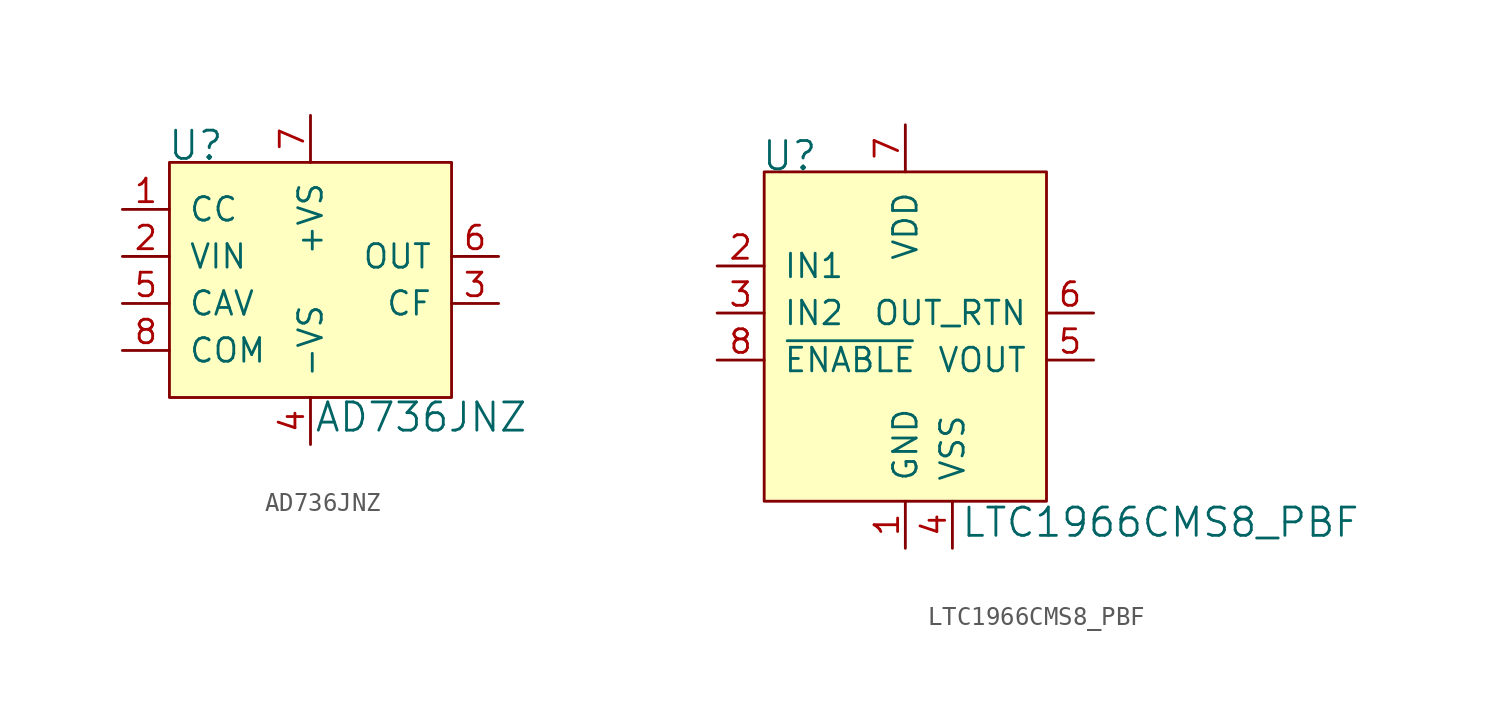
<source format=kicad_sym>
(kicad_symbol_lib
  (version 20201005)
  (generator kicad_symbol_editor)
  (symbol "AD736JNZ"
    (pin_names
      (offset 1.016))
    (property "Reference" "U"
      (at -7.747 5.994 0)
      (effects (font (size 1.524 1.524)) (justify left)))
    (property "Value" "AD736JNZ"
      (at 0.178 -8.687 0)
      (effects (font (size 1.524 1.524)) (justify left)))
    (symbol "AD736JNZ_0_1"
      (rectangle (start -7.62 5.08) (end 7.62 -7.62) (stroke (width 0)) (fill (type background))))
    (symbol "AD736JNZ_1_1"
      (pin input line (at -10.16 2.54 0) (length 2.54) (name "CC" (effects (font (size 1.27 1.27)))) (number "1" (effects (font (size 1.27 1.27)))))
      (pin input line (at -10.16 0 0) (length 2.54) (name "VIN" (effects (font (size 1.27 1.27)))) (number "2" (effects (font (size 1.27 1.27)))))
      (pin output line (at 10.16 -2.54 180) (length 2.54) (name "CF" (effects (font (size 1.27 1.27)))) (number "3" (effects (font (size 1.27 1.27)))))
      (pin power_in line (at 0 -10.16 90) (length 2.54) (name "-VS" (effects (font (size 1.27 1.27)))) (number "4" (effects (font (size 1.27 1.27)))))
      (pin passive line (at -10.16 -2.54 0) (length 2.54) (name "CAV" (effects (font (size 1.27 1.27)))) (number "5" (effects (font (size 1.27 1.27)))))
      (pin output line (at 10.16 0 180) (length 2.54) (name "OUT" (effects (font (size 1.27 1.27)))) (number "6" (effects (font (size 1.27 1.27)))))
      (pin power_in line (at 0 7.62 270) (length 2.54) (name "+VS" (effects (font (size 1.27 1.27)))) (number "7" (effects (font (size 1.27 1.27)))))
      (pin input line (at -10.16 -5.08 0) (length 2.54) (name "COM" (effects (font (size 1.27 1.27)))) (number "8" (effects (font (size 1.27 1.27)))))))
  (symbol "LTC1966CMS8_PBF"
    (pin_names
      (offset 1.016))
    (property "Reference" "U"
      (at -10.338 3.404 0)
      (effects (font (size 1.524 1.524)) (justify left)))
    (property "Value" "LTC1966CMS8_PBF"
      (at 0.432 -16.383 0)
      (effects (font (size 1.524 1.524)) (justify left)))
    (symbol "LTC1966CMS8_PBF_0_1"
      (rectangle (start -10.16 2.54) (end 5.08 -15.24) (stroke (width 0)) (fill (type background))))
    (symbol "LTC1966CMS8_PBF_1_1"
      (pin power_in line (at -2.54 -17.78 90) (length 2.54) (name "GND" (effects (font (size 1.27 1.27)))) (number "1" (effects (font (size 1.27 1.27)))))
      (pin input line (at -12.7 -2.54 0) (length 2.54) (name "IN1" (effects (font (size 1.27 1.27)))) (number "2" (effects (font (size 1.27 1.27)))))
      (pin input line (at -12.7 -5.08 0) (length 2.54) (name "IN2" (effects (font (size 1.27 1.27)))) (number "3" (effects (font (size 1.27 1.27)))))
      (pin input line (at 0 -17.78 90) (length 2.54) (name "VSS" (effects (font (size 1.27 1.27)))) (number "4" (effects (font (size 1.27 1.27)))))
      (pin power_out line (at 7.62 -7.62 180) (length 2.54) (name "VOUT" (effects (font (size 1.27 1.27)))) (number "5" (effects (font (size 1.27 1.27)))))
      (pin output line (at 7.62 -5.08 180) (length 2.54) (name "OUT_RTN" (effects (font (size 1.27 1.27)))) (number "6" (effects (font (size 1.27 1.27)))))
      (pin input line (at -2.54 5.08 270) (length 2.54) (name "VDD" (effects (font (size 1.27 1.27)))) (number "7" (effects (font (size 1.27 1.27)))))
      (pin input line (at -12.7 -7.62 0) (length 2.54) (name "~ENABLE" (effects (font (size 1.27 1.27)))) (number "8" (effects (font (size 1.27 1.27))))))))
</source>
